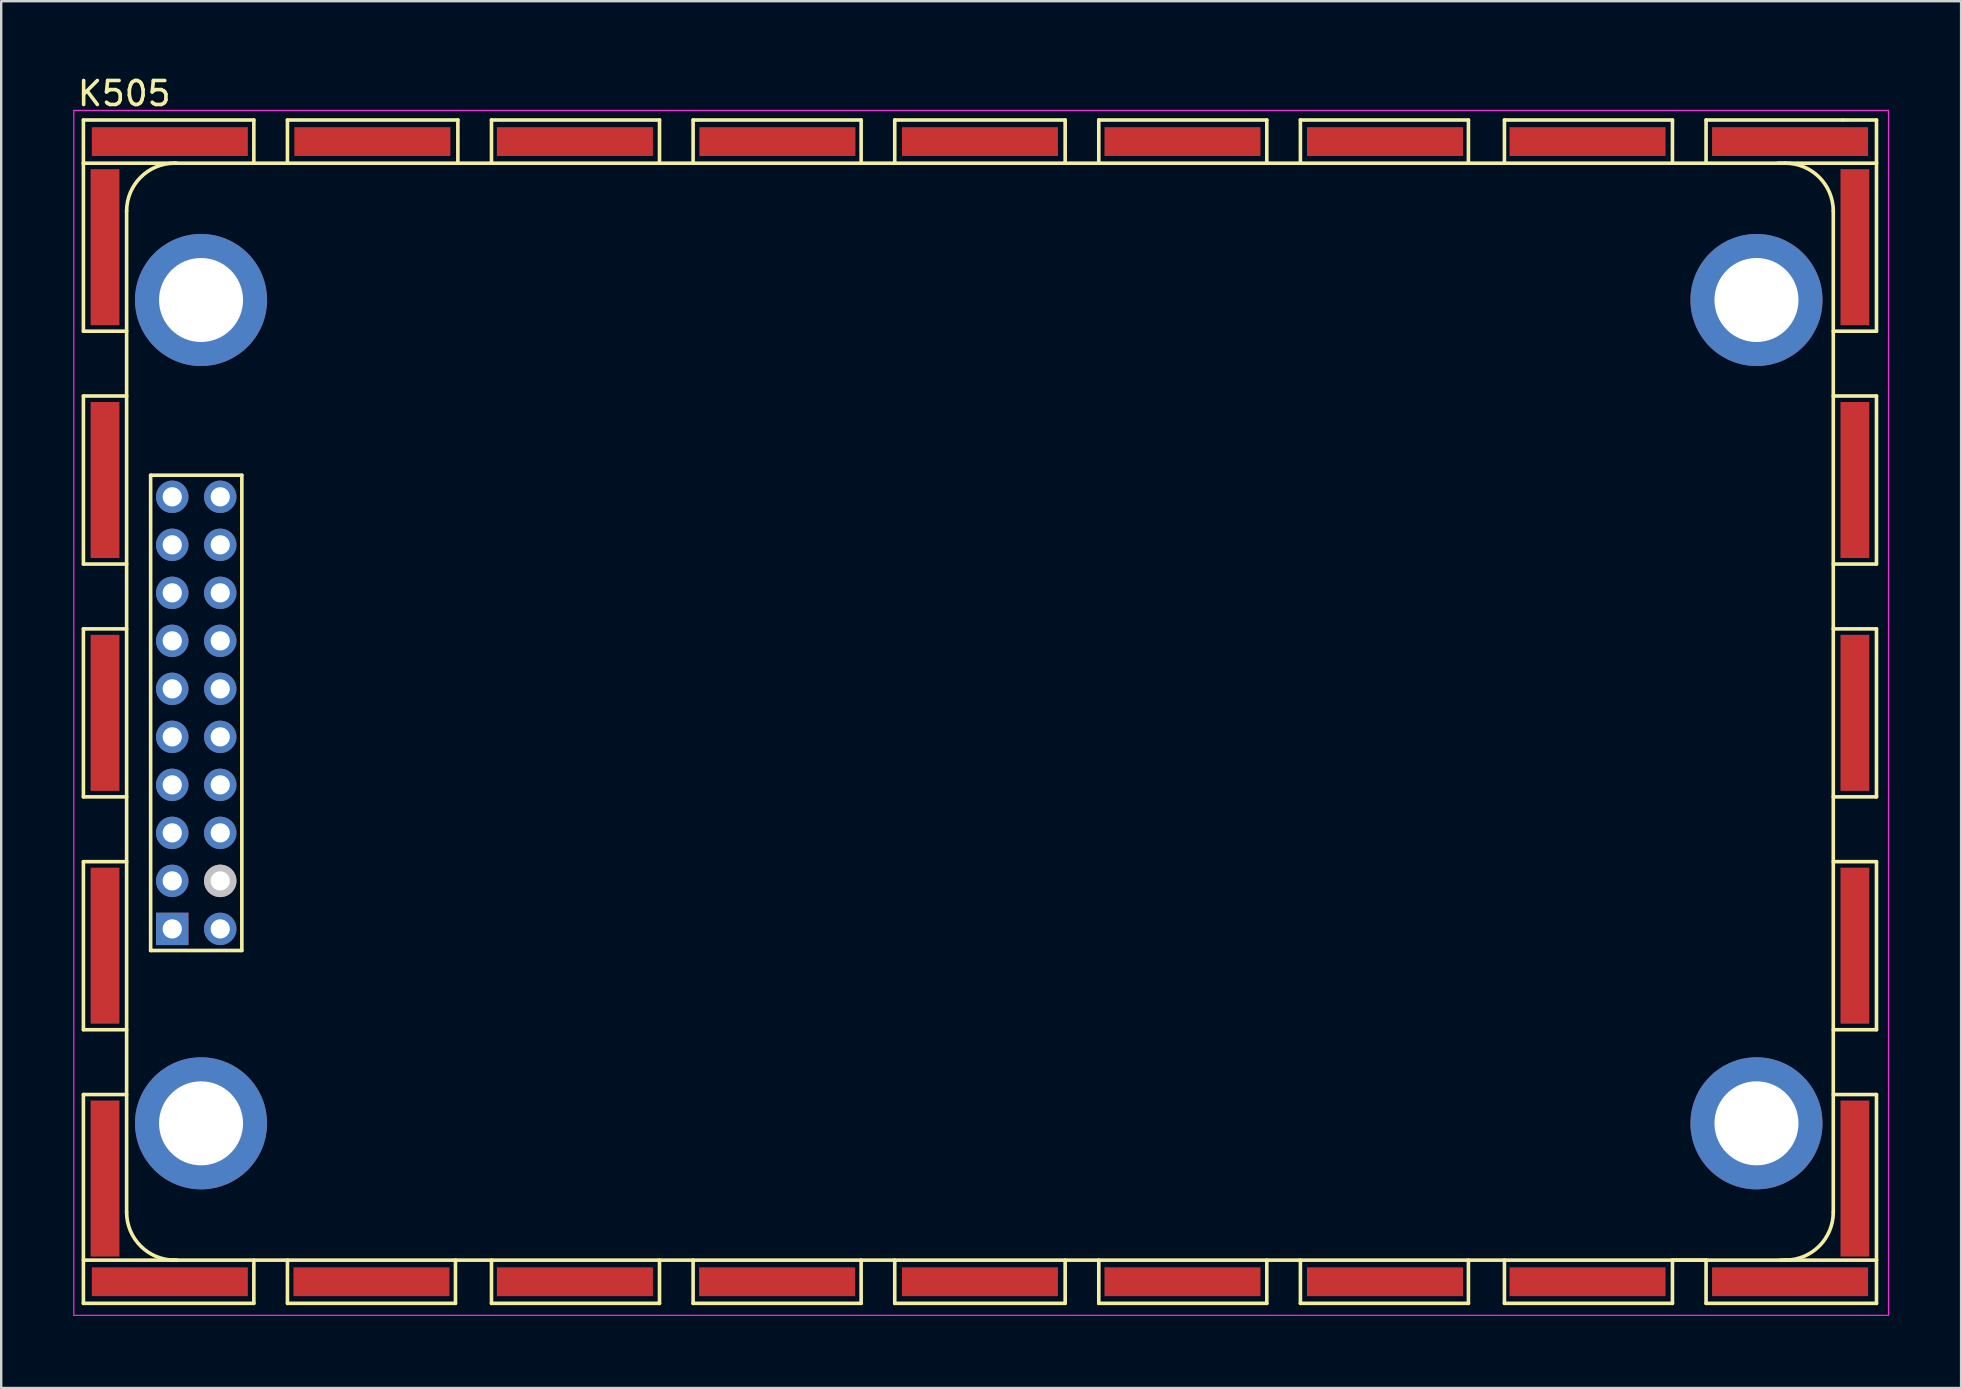
<source format=kicad_pcb>
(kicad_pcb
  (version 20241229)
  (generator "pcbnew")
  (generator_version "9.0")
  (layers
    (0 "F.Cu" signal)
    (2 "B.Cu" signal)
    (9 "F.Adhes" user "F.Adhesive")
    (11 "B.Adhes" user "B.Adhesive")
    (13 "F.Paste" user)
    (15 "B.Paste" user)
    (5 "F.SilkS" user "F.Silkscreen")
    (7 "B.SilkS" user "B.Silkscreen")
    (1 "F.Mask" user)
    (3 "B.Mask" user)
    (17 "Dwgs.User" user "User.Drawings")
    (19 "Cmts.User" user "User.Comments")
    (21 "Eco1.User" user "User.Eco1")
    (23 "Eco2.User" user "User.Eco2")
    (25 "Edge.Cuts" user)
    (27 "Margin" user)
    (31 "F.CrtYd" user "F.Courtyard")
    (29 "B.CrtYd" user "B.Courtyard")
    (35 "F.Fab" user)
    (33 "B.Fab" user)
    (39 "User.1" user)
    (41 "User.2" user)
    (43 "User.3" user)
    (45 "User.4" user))
  (footprint "K505"
    (layer "F.Cu")
    (at 5.125 26.648)
    (property "Reference" "K505" (at -3 -25.8 0) (layer "F.SilkS") (effects (font (size 1 1) (thickness 0.15))))
    (attr smd)
    (fp_line (start -4.7 -24.7) (end 2.4 -24.7) (stroke (width 0.15) (type solid)) (layer "F.SilkS"))
    (fp_line (start -4.7 -22.9) (end -4.7 -24.7) (stroke (width 0.15) (type solid)) (layer "F.SilkS"))
    (fp_line (start -4.7 -22.9) (end -4.7 -15.9) (stroke (width 0.15) (type solid)) (layer "F.SilkS"))
    (fp_line (start -4.7 -15.9) (end -2.9 -15.9) (stroke (width 0.15) (type solid)) (layer "F.SilkS"))
    (fp_line (start -4.7 -13.2) (end -4.7 -6.2) (stroke (width 0.15) (type solid)) (layer "F.SilkS"))
    (fp_line (start -4.7 -13.2) (end -2.9 -13.2) (stroke (width 0.15) (type solid)) (layer "F.SilkS"))
    (fp_line (start -4.7 -6.2) (end -2.9 -6.2) (stroke (width 0.15) (type solid)) (layer "F.SilkS"))
    (fp_line (start -4.7 -3.5) (end -4.7 3.5) (stroke (width 0.15) (type solid)) (layer "F.SilkS"))
    (fp_line (start -4.7 -3.5) (end -2.9 -3.5) (stroke (width 0.15) (type solid)) (layer "F.SilkS"))
    (fp_line (start -4.7 3.5) (end -2.9 3.5) (stroke (width 0.15) (type solid)) (layer "F.SilkS"))
    (fp_line (start -4.7 6.2) (end -4.7 13.2) (stroke (width 0.15) (type solid)) (layer "F.SilkS"))
    (fp_line (start -4.7 6.2) (end -2.9 6.2) (stroke (width 0.15) (type solid)) (layer "F.SilkS"))
    (fp_line (start -4.7 13.2) (end -2.9 13.2) (stroke (width 0.15) (type solid)) (layer "F.SilkS"))
    (fp_line (start -4.7 15.9) (end -4.7 24.6) (stroke (width 0.15) (type solid)) (layer "F.SilkS"))
    (fp_line (start -4.7 15.9) (end -2.9 15.9) (stroke (width 0.15) (type solid)) (layer "F.SilkS"))
    (fp_line (start -4.7 24.6) (end 2.4 24.6) (stroke (width 0.15) (type solid)) (layer "F.SilkS"))
    (fp_line (start -2.9 -20.9) (end -2.9 20.8) (stroke (width 0.15) (type solid)) (layer "F.SilkS"))
    (fp_line (start -1.9 -9.9) (end 1.9 -9.9) (stroke (width 0.15) (type solid)) (layer "F.SilkS"))
    (fp_line (start -1.9 9.9) (end -1.9 -9.9) (stroke (width 0.15) (type solid)) (layer "F.SilkS"))
    (fp_line (start -0.9 22.8) (end 66.2 22.8) (stroke (width 0.15) (type solid)) (layer "F.SilkS"))
    (fp_line (start -0.8 -22.9) (end -4.7 -22.9) (stroke (width 0.15) (type solid)) (layer "F.SilkS"))
    (fp_line (start -0.8 22.8) (end -4.7 22.8) (stroke (width 0.15) (type solid)) (layer "F.SilkS"))
    (fp_line (start 1.9 -9.9) (end 1.9 9.9) (stroke (width 0.15) (type solid)) (layer "F.SilkS"))
    (fp_line (start 1.9 9.9) (end -1.9 9.9) (stroke (width 0.15) (type solid)) (layer "F.SilkS"))
    (fp_line (start 2.4 -24.7) (end 2.4 -22.9) (stroke (width 0.15) (type solid)) (layer "F.SilkS"))
    (fp_line (start 2.4 24.6) (end 2.4 22.8) (stroke (width 0.15) (type solid)) (layer "F.SilkS"))
    (fp_line (start 3.8 -24.7) (end 10.9 -24.7) (stroke (width 0.15) (type solid)) (layer "F.SilkS"))
    (fp_line (start 3.8 -22.9) (end 3.8 -24.7) (stroke (width 0.15) (type solid)) (layer "F.SilkS"))
    (fp_line (start 3.8 22.8) (end 3.8 24.6) (stroke (width 0.15) (type solid)) (layer "F.SilkS"))
    (fp_line (start 3.8 24.6) (end 10.8 24.6) (stroke (width 0.15) (type solid)) (layer "F.SilkS"))
    (fp_line (start 10.8 24.6) (end 10.8 22.8) (stroke (width 0.15) (type solid)) (layer "F.SilkS"))
    (fp_line (start 10.9 -24.7) (end 10.9 -22.9) (stroke (width 0.15) (type solid)) (layer "F.SilkS"))
    (fp_line (start 12.3 -24.7) (end 19.3 -24.7) (stroke (width 0.15) (type solid)) (layer "F.SilkS"))
    (fp_line (start 12.3 -22.9) (end 12.3 -24.7) (stroke (width 0.15) (type solid)) (layer "F.SilkS"))
    (fp_line (start 12.3 22.8) (end 12.3 24.6) (stroke (width 0.15) (type solid)) (layer "F.SilkS"))
    (fp_line (start 12.3 24.6) (end 19.3 24.6) (stroke (width 0.15) (type solid)) (layer "F.SilkS"))
    (fp_line (start 19.3 -24.7) (end 19.3 -22.9) (stroke (width 0.15) (type solid)) (layer "F.SilkS"))
    (fp_line (start 19.3 24.6) (end 19.3 22.8) (stroke (width 0.15) (type solid)) (layer "F.SilkS"))
    (fp_line (start 20.7 -24.7) (end 27.7 -24.7) (stroke (width 0.15) (type solid)) (layer "F.SilkS"))
    (fp_line (start 20.7 -22.9) (end 20.7 -24.7) (stroke (width 0.15) (type solid)) (layer "F.SilkS"))
    (fp_line (start 20.7 22.8) (end 20.7 24.6) (stroke (width 0.15) (type solid)) (layer "F.SilkS"))
    (fp_line (start 20.7 24.6) (end 27.7 24.6) (stroke (width 0.15) (type solid)) (layer "F.SilkS"))
    (fp_line (start 27.7 -24.7) (end 27.7 -22.9) (stroke (width 0.15) (type solid)) (layer "F.SilkS"))
    (fp_line (start 27.7 24.6) (end 27.7 22.8) (stroke (width 0.15) (type solid)) (layer "F.SilkS"))
    (fp_line (start 29.1 -24.7) (end 36.2 -24.7) (stroke (width 0.15) (type solid)) (layer "F.SilkS"))
    (fp_line (start 29.1 -22.9) (end 29.1 -24.7) (stroke (width 0.15) (type solid)) (layer "F.SilkS"))
    (fp_line (start 29.1 22.8) (end 29.1 24.6) (stroke (width 0.15) (type solid)) (layer "F.SilkS"))
    (fp_line (start 29.1 24.6) (end 36.2 24.6) (stroke (width 0.15) (type solid)) (layer "F.SilkS"))
    (fp_line (start 36.2 -24.7) (end 36.2 -22.9) (stroke (width 0.15) (type solid)) (layer "F.SilkS"))
    (fp_line (start 36.2 24.6) (end 36.2 22.8) (stroke (width 0.15) (type solid)) (layer "F.SilkS"))
    (fp_line (start 37.6 -24.7) (end 44.6 -24.7) (stroke (width 0.15) (type solid)) (layer "F.SilkS"))
    (fp_line (start 37.6 -22.9) (end 37.6 -24.7) (stroke (width 0.15) (type solid)) (layer "F.SilkS"))
    (fp_line (start 37.6 22.8) (end 37.6 24.6) (stroke (width 0.15) (type solid)) (layer "F.SilkS"))
    (fp_line (start 37.6 24.6) (end 44.6 24.6) (stroke (width 0.15) (type solid)) (layer "F.SilkS"))
    (fp_line (start 44.6 -24.7) (end 44.6 -22.9) (stroke (width 0.15) (type solid)) (layer "F.SilkS"))
    (fp_line (start 44.6 24.6) (end 44.6 22.8) (stroke (width 0.15) (type solid)) (layer "F.SilkS"))
    (fp_line (start 46 -24.7) (end 46 -22.9) (stroke (width 0.15) (type solid)) (layer "F.SilkS"))
    (fp_line (start 46 22.8) (end 46 24.6) (stroke (width 0.15) (type solid)) (layer "F.SilkS"))
    (fp_line (start 46 24.6) (end 53 24.6) (stroke (width 0.15) (type solid)) (layer "F.SilkS"))
    (fp_line (start 53 -24.7) (end 46 -24.7) (stroke (width 0.15) (type solid)) (layer "F.SilkS"))
    (fp_line (start 53 -22.9) (end 53 -24.7) (stroke (width 0.15) (type solid)) (layer "F.SilkS"))
    (fp_line (start 53 24.6) (end 53 22.8) (stroke (width 0.15) (type solid)) (layer "F.SilkS"))
    (fp_line (start 54.5 -24.7) (end 54.5 -22.9) (stroke (width 0.15) (type solid)) (layer "F.SilkS"))
    (fp_line (start 54.5 22.8) (end 54.5 24.6) (stroke (width 0.15) (type solid)) (layer "F.SilkS"))
    (fp_line (start 54.5 24.6) (end 61.5 24.6) (stroke (width 0.15) (type solid)) (layer "F.SilkS"))
    (fp_line (start 61.5 -24.7) (end 54.5 -24.7) (stroke (width 0.15) (type solid)) (layer "F.SilkS"))
    (fp_line (start 61.5 -22.9) (end 61.5 -24.7) (stroke (width 0.15) (type solid)) (layer "F.SilkS"))
    (fp_line (start 61.5 22.8) (end 62.9 22.8) (stroke (width 0.15) (type solid)) (layer "F.SilkS"))
    (fp_line (start 61.5 24.6) (end 61.5 22.8) (stroke (width 0.15) (type solid)) (layer "F.SilkS"))
    (fp_line (start 62.9 -24.7) (end 62.9 -22.9) (stroke (width 0.15) (type solid)) (layer "F.SilkS"))
    (fp_line (start 62.9 22.8) (end 62.9 24.6) (stroke (width 0.15) (type solid)) (layer "F.SilkS"))
    (fp_line (start 62.9 24.6) (end 70 24.6) (stroke (width 0.15) (type solid)) (layer "F.SilkS"))
    (fp_line (start 66.2 -22.9) (end -0.9 -22.9) (stroke (width 0.15) (type solid)) (layer "F.SilkS"))
    (fp_line (start 68.2 -15.9) (end 70 -15.9) (stroke (width 0.15) (type solid)) (layer "F.SilkS"))
    (fp_line (start 68.2 -6.2) (end 70 -6.2) (stroke (width 0.15) (type solid)) (layer "F.SilkS"))
    (fp_line (start 68.2 3.5) (end 70 3.5) (stroke (width 0.15) (type solid)) (layer "F.SilkS"))
    (fp_line (start 68.2 13.2) (end 70 13.2) (stroke (width 0.15) (type solid)) (layer "F.SilkS"))
    (fp_line (start 68.2 20.8) (end 68.2 -20.9) (stroke (width 0.15) (type solid)) (layer "F.SilkS"))
    (fp_line (start 68.6 -24.7) (end 62.9 -24.7) (stroke (width 0.15) (type solid)) (layer "F.SilkS"))
    (fp_line (start 70 -24.7) (end 68.6 -24.7) (stroke (width 0.15) (type solid)) (layer "F.SilkS"))
    (fp_line (start 70 -22.9) (end 65.9 -22.9) (stroke (width 0.15) (type solid)) (layer "F.SilkS"))
    (fp_line (start 70 -22.9) (end 70 -24.7) (stroke (width 0.15) (type solid)) (layer "F.SilkS"))
    (fp_line (start 70 -15.9) (end 70 -22.9) (stroke (width 0.15) (type solid)) (layer "F.SilkS"))
    (fp_line (start 70 -13.2) (end 68.2 -13.2) (stroke (width 0.15) (type solid)) (layer "F.SilkS"))
    (fp_line (start 70 -6.2) (end 70 -13.2) (stroke (width 0.15) (type solid)) (layer "F.SilkS"))
    (fp_line (start 70 -3.5) (end 68.2 -3.5) (stroke (width 0.15) (type solid)) (layer "F.SilkS"))
    (fp_line (start 70 3.5) (end 70 -3.5) (stroke (width 0.15) (type solid)) (layer "F.SilkS"))
    (fp_line (start 70 6.2) (end 68.2 6.2) (stroke (width 0.15) (type solid)) (layer "F.SilkS"))
    (fp_line (start 70 13.2) (end 70 6.2) (stroke (width 0.15) (type solid)) (layer "F.SilkS"))
    (fp_line (start 70 15.9) (end 68.2 15.9) (stroke (width 0.15) (type solid)) (layer "F.SilkS"))
    (fp_line (start 70 22.8) (end 66 22.8) (stroke (width 0.15) (type solid)) (layer "F.SilkS"))
    (fp_line (start 70 22.8) (end 70 15.9) (stroke (width 0.15) (type solid)) (layer "F.SilkS"))
    (fp_line (start 70 24.6) (end 70 22.8) (stroke (width 0.15) (type solid)) (layer "F.SilkS"))
    (fp_arc (start -2.9 -20.9) (mid -2.314214 -22.314214) (end -0.9 -22.9) (stroke (width 0.15) (type solid)) (layer "F.SilkS"))
    (fp_arc (start -0.9 22.8) (mid -2.314214 22.214214) (end -2.9 20.8) (stroke (width 0.15) (type solid)) (layer "F.SilkS"))
    (fp_arc (start 66.2 -22.9) (mid 67.614214 -22.314214) (end 68.2 -20.9) (stroke (width 0.15) (type solid)) (layer "F.SilkS"))
    (fp_arc (start 68.2 20.8) (mid 67.614214 22.214214) (end 66.2 22.8) (stroke (width 0.15) (type solid)) (layer "F.SilkS"))
    (fp_line (start -5.1 -25.1) (end 70.5 -25.1) (stroke (width 0.05) (type solid)) (layer "F.CrtYd"))
    (fp_line (start -5.1 25.1) (end -5.1 -25.1) (stroke (width 0.05) (type solid)) (layer "F.CrtYd"))
    (fp_line (start 70.5 -25.1) (end 70.5 25.1) (stroke (width 0.05) (type solid)) (layer "F.CrtYd"))
    (fp_line (start 70.5 25.1) (end -5.1 25.1) (stroke (width 0.05) (type solid)) (layer "F.CrtYd"))
    (pad "0" smd rect (at -3.8 -19.4 180) (size 1.2 6.5) (layers "F.Cu" "F.Mask"))
    (pad "0" smd rect (at -3.8 -9.7 180) (size 1.2 6.5) (layers "F.Cu" "F.Mask"))
    (pad "0" smd rect (at -3.8 0 180) (size 1.2 6.5) (layers "F.Cu" "F.Mask"))
    (pad "0" smd rect (at -3.8 9.7 180) (size 1.2 6.5) (layers "F.Cu" "F.Mask"))
    (pad "0" smd rect (at -3.8 19.4 180) (size 1.2 6.5) (layers "F.Cu" "F.Mask"))
    (pad "0" smd rect (at -1.1 -23.8 270) (size 1.2 6.5) (layers "F.Cu" "F.Mask"))
    (pad "0" smd rect (at -1.1 23.7 270) (size 1.2 6.5) (layers "F.Cu" "F.Mask"))
    (pad "0" thru_hole circle (at 0.2 -17.2 270) (size 5.5 5.5) (drill 3.5) (layers "*.Cu" "*.Mask"))
    (pad "0" thru_hole circle (at 0.2 17.1 270) (size 5.5 5.5) (drill 3.5) (layers "*.Cu" "*.Mask"))
    (pad "0" smd rect (at 7.3 23.7 270) (size 1.2 6.5) (layers "F.Cu" "F.Mask"))
    (pad "0" smd rect (at 7.338 -23.8 270) (size 1.2 6.5) (layers "F.Cu" "F.Mask"))
    (pad "0" smd rect (at 15.775 -23.8 270) (size 1.2 6.5) (layers "F.Cu" "F.Mask"))
    (pad "0" smd rect (at 15.775 23.7 270) (size 1.2 6.5) (layers "F.Cu" "F.Mask"))
    (pad "0" smd rect (at 24.2 23.7 270) (size 1.2 6.5) (layers "F.Cu" "F.Mask"))
    (pad "0" smd rect (at 24.212 -23.8 270) (size 1.2 6.5) (layers "F.Cu" "F.Mask"))
    (pad "0" smd rect (at 32.65 -23.8 270) (size 1.2 6.5) (layers "F.Cu" "F.Mask"))
    (pad "0" smd rect (at 32.65 23.7 270) (size 1.2 6.5) (layers "F.Cu" "F.Mask"))
    (pad "0" smd rect (at 41.087 -23.8 270) (size 1.2 6.5) (layers "F.Cu" "F.Mask"))
    (pad "0" smd rect (at 41.087 23.7 270) (size 1.2 6.5) (layers "F.Cu" "F.Mask"))
    (pad "0" smd rect (at 49.525 -23.8 270) (size 1.2 6.5) (layers "F.Cu" "F.Mask"))
    (pad "0" smd rect (at 49.525 23.7 270) (size 1.2 6.5) (layers "F.Cu" "F.Mask"))
    (pad "0" smd rect (at 57.962 -23.8 270) (size 1.2 6.5) (layers "F.Cu" "F.Mask"))
    (pad "0" smd rect (at 57.962 23.7 270) (size 1.2 6.5) (layers "F.Cu" "F.Mask"))
    (pad "0" thru_hole circle (at 65 -17.2 270) (size 5.5 5.5) (drill 3.5) (layers "*.Cu" "*.Mask"))
    (pad "0" thru_hole circle (at 65 17.1 270) (size 5.5 5.5) (drill 3.5) (layers "*.Cu" "*.Mask"))
    (pad "0" smd rect (at 66.4 -23.8 270) (size 1.2 6.5) (layers "F.Cu" "F.Mask"))
    (pad "0" smd rect (at 66.4 23.7 270) (size 1.2 6.5) (layers "F.Cu" "F.Mask"))
    (pad "0" smd rect (at 69.1 -19.4 180) (size 1.2 6.5) (layers "F.Cu" "F.Mask"))
    (pad "0" smd rect (at 69.1 -9.7 180) (size 1.2 6.5) (layers "F.Cu" "F.Mask"))
    (pad "0" smd rect (at 69.1 0 180) (size 1.2 6.5) (layers "F.Cu" "F.Mask"))
    (pad "0" smd rect (at 69.1 9.7 180) (size 1.2 6.5) (layers "F.Cu" "F.Mask"))
    (pad "0" smd rect (at 69.1 19.4 180) (size 1.2 6.5) (layers "F.Cu" "F.Mask"))
    (pad "1" thru_hole rect (at -1 9 270) (size 1.35 1.35) (drill 0.8) (layers "*.Cu" "*.Mask"))
    (pad "2" thru_hole circle (at 1 9 270) (size 1.35 1.35) (drill 0.8) (layers "*.Cu" "*.Mask"))
    (pad "3" thru_hole circle (at -1 7 270) (size 1.35 1.35) (drill 0.8) (layers "*.Cu" "*.Mask"))
    (pad "4" thru_hole circle (at 1 7 270) (size 1.35 1.35) (drill 0.8) (layers "*.Cu" "*.Mask" "Dwgs.User"))
    (pad "5" thru_hole circle (at -1 5 270) (size 1.35 1.35) (drill 0.8) (layers "*.Cu" "*.Mask"))
    (pad "6" thru_hole circle (at 1 5 270) (size 1.35 1.35) (drill 0.8) (layers "*.Cu" "*.Mask"))
    (pad "7" thru_hole circle (at -1 3 270) (size 1.35 1.35) (drill 0.8) (layers "*.Cu" "*.Mask"))
    (pad "8" thru_hole circle (at 1 3 270) (size 1.35 1.35) (drill 0.8) (layers "*.Cu" "*.Mask"))
    (pad "9" thru_hole circle (at -1 1 270) (size 1.35 1.35) (drill 0.8) (layers "*.Cu" "*.Mask"))
    (pad "10" thru_hole circle (at 1 1 270) (size 1.35 1.35) (drill 0.8) (layers "*.Cu" "*.Mask"))
    (pad "11" thru_hole circle (at -1 -1 270) (size 1.35 1.35) (drill 0.8) (layers "*.Cu" "*.Mask"))
    (pad "12" thru_hole circle (at 1 -1 270) (size 1.35 1.35) (drill 0.8) (layers "*.Cu" "*.Mask"))
    (pad "13" thru_hole circle (at -1 -3 270) (size 1.35 1.35) (drill 0.8) (layers "*.Cu" "*.Mask"))
    (pad "14" thru_hole circle (at 1 -3 270) (size 1.35 1.35) (drill 0.8) (layers "*.Cu" "*.Mask"))
    (pad "15" thru_hole circle (at -1 -5 270) (size 1.35 1.35) (drill 0.8) (layers "*.Cu" "*.Mask"))
    (pad "16" thru_hole circle (at 1 -5 270) (size 1.35 1.35) (drill 0.8) (layers "*.Cu" "*.Mask"))
    (pad "17" thru_hole circle (at -1 -7 270) (size 1.35 1.35) (drill 0.8) (layers "*.Cu" "*.Mask"))
    (pad "18" thru_hole circle (at 1 -7 270) (size 1.35 1.35) (drill 0.8) (layers "*.Cu" "*.Mask"))
    (pad "19" thru_hole circle (at -1 -9 270) (size 1.35 1.35) (drill 0.8) (layers "*.Cu" "*.Mask"))
    (pad "20" thru_hole circle (at 1 -9 270) (size 1.35 1.35) (drill 0.8) (layers "*.Cu" "*.Mask")))
  (gr_rect
    (start -3 -3)
    (end 78.65 54.773)
    (stroke (width 0.1) (type default))
    (fill no)
    (layer "Edge.Cuts")))
</source>
